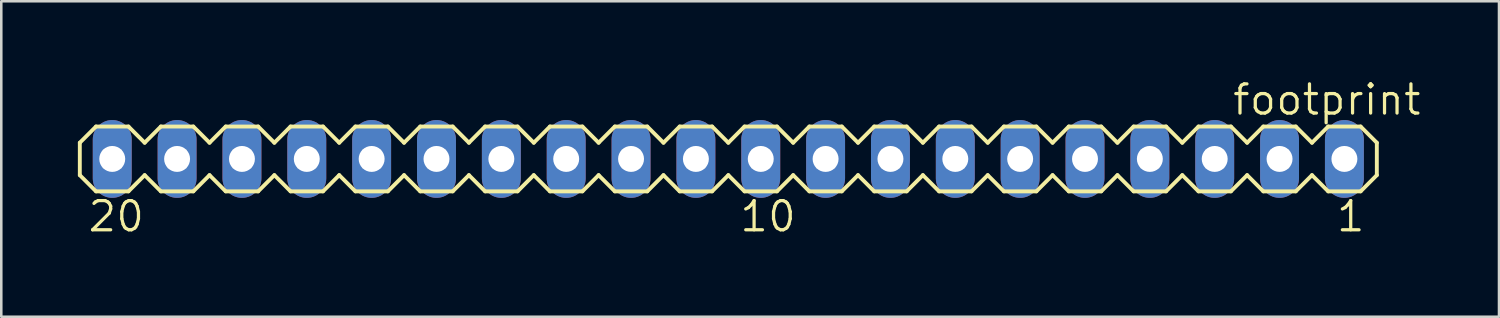
<source format=kicad_pcb>
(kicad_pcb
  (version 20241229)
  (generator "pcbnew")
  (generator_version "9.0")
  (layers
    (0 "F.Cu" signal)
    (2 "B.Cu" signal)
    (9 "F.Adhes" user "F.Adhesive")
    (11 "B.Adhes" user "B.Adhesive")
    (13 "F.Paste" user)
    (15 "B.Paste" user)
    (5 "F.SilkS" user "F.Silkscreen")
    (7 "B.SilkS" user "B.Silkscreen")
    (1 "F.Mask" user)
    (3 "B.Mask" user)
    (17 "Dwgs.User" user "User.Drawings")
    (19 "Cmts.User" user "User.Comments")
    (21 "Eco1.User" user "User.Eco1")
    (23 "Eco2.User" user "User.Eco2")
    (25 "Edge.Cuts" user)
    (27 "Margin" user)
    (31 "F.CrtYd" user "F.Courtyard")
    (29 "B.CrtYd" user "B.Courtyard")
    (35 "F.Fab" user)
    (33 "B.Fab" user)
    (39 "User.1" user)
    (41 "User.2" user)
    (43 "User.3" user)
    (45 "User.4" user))
  (footprint "footprint"
    (layer "F.Cu")
    (at 25.476 3.175)
    (property "Reference" "footprint" (at 19.685 -1.651 0) (layer "F.SilkS") (effects (font (size 1.143 1.143) (thickness 0.127)) (justify left bottom)))
    (fp_line (start -25.4 -0.635) (end -24.765 -1.27) (stroke (width 0.152) (type solid)) (layer "F.SilkS"))
    (fp_line (start -25.4 0.635) (end -25.4 -0.635) (stroke (width 0.152) (type solid)) (layer "F.SilkS"))
    (fp_line (start -24.765 -1.27) (end -23.495 -1.27) (stroke (width 0.152) (type solid)) (layer "F.SilkS"))
    (fp_line (start -24.765 1.27) (end -25.4 0.635) (stroke (width 0.152) (type solid)) (layer "F.SilkS"))
    (fp_line (start -23.495 -1.27) (end -22.86 -0.635) (stroke (width 0.152) (type solid)) (layer "F.SilkS"))
    (fp_line (start -23.495 1.27) (end -24.765 1.27) (stroke (width 0.152) (type solid)) (layer "F.SilkS"))
    (fp_line (start -22.86 -0.635) (end -22.225 -1.27) (stroke (width 0.152) (type solid)) (layer "F.SilkS"))
    (fp_line (start -22.86 0.635) (end -23.495 1.27) (stroke (width 0.152) (type solid)) (layer "F.SilkS"))
    (fp_line (start -22.225 -1.27) (end -20.955 -1.27) (stroke (width 0.152) (type solid)) (layer "F.SilkS"))
    (fp_line (start -22.225 1.27) (end -22.86 0.635) (stroke (width 0.152) (type solid)) (layer "F.SilkS"))
    (fp_line (start -20.955 1.27) (end -22.225 1.27) (stroke (width 0.152) (type solid)) (layer "F.SilkS"))
    (fp_line (start -20.955 1.27) (end -20.32 0.635) (stroke (width 0.152) (type solid)) (layer "F.SilkS"))
    (fp_line (start -20.32 -0.635) (end -20.955 -1.27) (stroke (width 0.152) (type solid)) (layer "F.SilkS"))
    (fp_line (start -20.32 -0.635) (end -19.685 -1.27) (stroke (width 0.152) (type solid)) (layer "F.SilkS"))
    (fp_line (start -19.685 -1.27) (end -18.415 -1.27) (stroke (width 0.152) (type solid)) (layer "F.SilkS"))
    (fp_line (start -19.685 1.27) (end -20.32 0.635) (stroke (width 0.152) (type solid)) (layer "F.SilkS"))
    (fp_line (start -18.415 -1.27) (end -17.78 -0.635) (stroke (width 0.152) (type solid)) (layer "F.SilkS"))
    (fp_line (start -18.415 1.27) (end -19.685 1.27) (stroke (width 0.152) (type solid)) (layer "F.SilkS"))
    (fp_line (start -17.78 -0.635) (end -17.145 -1.27) (stroke (width 0.152) (type solid)) (layer "F.SilkS"))
    (fp_line (start -17.78 0.635) (end -18.415 1.27) (stroke (width 0.152) (type solid)) (layer "F.SilkS"))
    (fp_line (start -17.145 -1.27) (end -15.875 -1.27) (stroke (width 0.152) (type solid)) (layer "F.SilkS"))
    (fp_line (start -17.145 1.27) (end -17.78 0.635) (stroke (width 0.152) (type solid)) (layer "F.SilkS"))
    (fp_line (start -15.875 -1.27) (end -15.24 -0.635) (stroke (width 0.152) (type solid)) (layer "F.SilkS"))
    (fp_line (start -15.875 1.27) (end -17.145 1.27) (stroke (width 0.152) (type solid)) (layer "F.SilkS"))
    (fp_line (start -15.24 -0.635) (end -14.605 -1.27) (stroke (width 0.152) (type solid)) (layer "F.SilkS"))
    (fp_line (start -15.24 0.635) (end -15.875 1.27) (stroke (width 0.152) (type solid)) (layer "F.SilkS"))
    (fp_line (start -14.605 -1.27) (end -13.335 -1.27) (stroke (width 0.152) (type solid)) (layer "F.SilkS"))
    (fp_line (start -14.605 1.27) (end -15.24 0.635) (stroke (width 0.152) (type solid)) (layer "F.SilkS"))
    (fp_line (start -13.335 1.27) (end -14.605 1.27) (stroke (width 0.152) (type solid)) (layer "F.SilkS"))
    (fp_line (start -13.335 1.27) (end -12.7 0.635) (stroke (width 0.152) (type solid)) (layer "F.SilkS"))
    (fp_line (start -12.7 -0.635) (end -13.335 -1.27) (stroke (width 0.152) (type solid)) (layer "F.SilkS"))
    (fp_line (start -12.7 -0.635) (end -12.065 -1.27) (stroke (width 0.152) (type solid)) (layer "F.SilkS"))
    (fp_line (start -12.065 -1.27) (end -10.795 -1.27) (stroke (width 0.152) (type solid)) (layer "F.SilkS"))
    (fp_line (start -12.065 1.27) (end -12.7 0.635) (stroke (width 0.152) (type solid)) (layer "F.SilkS"))
    (fp_line (start -10.795 -1.27) (end -10.16 -0.635) (stroke (width 0.152) (type solid)) (layer "F.SilkS"))
    (fp_line (start -10.795 1.27) (end -12.065 1.27) (stroke (width 0.152) (type solid)) (layer "F.SilkS"))
    (fp_line (start -10.16 -0.635) (end -9.525 -1.27) (stroke (width 0.152) (type solid)) (layer "F.SilkS"))
    (fp_line (start -10.16 0.635) (end -10.795 1.27) (stroke (width 0.152) (type solid)) (layer "F.SilkS"))
    (fp_line (start -9.525 -1.27) (end -8.255 -1.27) (stroke (width 0.152) (type solid)) (layer "F.SilkS"))
    (fp_line (start -9.525 1.27) (end -10.16 0.635) (stroke (width 0.152) (type solid)) (layer "F.SilkS"))
    (fp_line (start -8.255 1.27) (end -9.525 1.27) (stroke (width 0.152) (type solid)) (layer "F.SilkS"))
    (fp_line (start -8.255 1.27) (end -7.62 0.635) (stroke (width 0.152) (type solid)) (layer "F.SilkS"))
    (fp_line (start -7.62 -0.635) (end -8.255 -1.27) (stroke (width 0.152) (type solid)) (layer "F.SilkS"))
    (fp_line (start -7.62 -0.635) (end -6.985 -1.27) (stroke (width 0.152) (type solid)) (layer "F.SilkS"))
    (fp_line (start -6.985 -1.27) (end -5.715 -1.27) (stroke (width 0.152) (type solid)) (layer "F.SilkS"))
    (fp_line (start -6.985 1.27) (end -7.62 0.635) (stroke (width 0.152) (type solid)) (layer "F.SilkS"))
    (fp_line (start -5.715 -1.27) (end -5.08 -0.635) (stroke (width 0.152) (type solid)) (layer "F.SilkS"))
    (fp_line (start -5.715 1.27) (end -6.985 1.27) (stroke (width 0.152) (type solid)) (layer "F.SilkS"))
    (fp_line (start -5.08 -0.635) (end -4.445 -1.27) (stroke (width 0.152) (type solid)) (layer "F.SilkS"))
    (fp_line (start -5.08 0.635) (end -5.715 1.27) (stroke (width 0.152) (type solid)) (layer "F.SilkS"))
    (fp_line (start -4.445 -1.27) (end -3.175 -1.27) (stroke (width 0.152) (type solid)) (layer "F.SilkS"))
    (fp_line (start -4.445 1.27) (end -5.08 0.635) (stroke (width 0.152) (type solid)) (layer "F.SilkS"))
    (fp_line (start -3.175 -1.27) (end -2.54 -0.635) (stroke (width 0.152) (type solid)) (layer "F.SilkS"))
    (fp_line (start -3.175 1.27) (end -4.445 1.27) (stroke (width 0.152) (type solid)) (layer "F.SilkS"))
    (fp_line (start -2.54 -0.635) (end -1.905 -1.27) (stroke (width 0.152) (type solid)) (layer "F.SilkS"))
    (fp_line (start -2.54 0.635) (end -3.175 1.27) (stroke (width 0.152) (type solid)) (layer "F.SilkS"))
    (fp_line (start -1.905 -1.27) (end -0.635 -1.27) (stroke (width 0.152) (type solid)) (layer "F.SilkS"))
    (fp_line (start -1.905 1.27) (end -2.54 0.635) (stroke (width 0.152) (type solid)) (layer "F.SilkS"))
    (fp_line (start -0.635 1.27) (end -1.905 1.27) (stroke (width 0.152) (type solid)) (layer "F.SilkS"))
    (fp_line (start -0.635 1.27) (end 0 0.635) (stroke (width 0.152) (type solid)) (layer "F.SilkS"))
    (fp_line (start 0 -0.635) (end -0.635 -1.27) (stroke (width 0.152) (type solid)) (layer "F.SilkS"))
    (fp_line (start 0 -0.635) (end 0.635 -1.27) (stroke (width 0.152) (type solid)) (layer "F.SilkS"))
    (fp_line (start 0.635 -1.27) (end 1.905 -1.27) (stroke (width 0.152) (type solid)) (layer "F.SilkS"))
    (fp_line (start 0.635 1.27) (end 0 0.635) (stroke (width 0.152) (type solid)) (layer "F.SilkS"))
    (fp_line (start 1.905 -1.27) (end 2.54 -0.635) (stroke (width 0.152) (type solid)) (layer "F.SilkS"))
    (fp_line (start 1.905 1.27) (end 0.635 1.27) (stroke (width 0.152) (type solid)) (layer "F.SilkS"))
    (fp_line (start 2.54 -0.635) (end 3.175 -1.27) (stroke (width 0.152) (type solid)) (layer "F.SilkS"))
    (fp_line (start 2.54 0.635) (end 1.905 1.27) (stroke (width 0.152) (type solid)) (layer "F.SilkS"))
    (fp_line (start 3.175 -1.27) (end 4.445 -1.27) (stroke (width 0.152) (type solid)) (layer "F.SilkS"))
    (fp_line (start 3.175 1.27) (end 2.54 0.635) (stroke (width 0.152) (type solid)) (layer "F.SilkS"))
    (fp_line (start 4.445 1.27) (end 3.175 1.27) (stroke (width 0.152) (type solid)) (layer "F.SilkS"))
    (fp_line (start 4.445 1.27) (end 5.08 0.635) (stroke (width 0.152) (type solid)) (layer "F.SilkS"))
    (fp_line (start 5.08 -0.635) (end 4.445 -1.27) (stroke (width 0.152) (type solid)) (layer "F.SilkS"))
    (fp_line (start 5.08 -0.635) (end 5.715 -1.27) (stroke (width 0.152) (type solid)) (layer "F.SilkS"))
    (fp_line (start 5.715 -1.27) (end 6.985 -1.27) (stroke (width 0.152) (type solid)) (layer "F.SilkS"))
    (fp_line (start 5.715 1.27) (end 5.08 0.635) (stroke (width 0.152) (type solid)) (layer "F.SilkS"))
    (fp_line (start 6.985 -1.27) (end 7.62 -0.635) (stroke (width 0.152) (type solid)) (layer "F.SilkS"))
    (fp_line (start 6.985 1.27) (end 5.715 1.27) (stroke (width 0.152) (type solid)) (layer "F.SilkS"))
    (fp_line (start 7.62 -0.635) (end 8.255 -1.27) (stroke (width 0.152) (type solid)) (layer "F.SilkS"))
    (fp_line (start 7.62 0.635) (end 6.985 1.27) (stroke (width 0.152) (type solid)) (layer "F.SilkS"))
    (fp_line (start 8.255 -1.27) (end 9.525 -1.27) (stroke (width 0.152) (type solid)) (layer "F.SilkS"))
    (fp_line (start 8.255 1.27) (end 7.62 0.635) (stroke (width 0.152) (type solid)) (layer "F.SilkS"))
    (fp_line (start 9.525 -1.27) (end 10.16 -0.635) (stroke (width 0.152) (type solid)) (layer "F.SilkS"))
    (fp_line (start 9.525 1.27) (end 8.255 1.27) (stroke (width 0.152) (type solid)) (layer "F.SilkS"))
    (fp_line (start 10.16 -0.635) (end 10.795 -1.27) (stroke (width 0.152) (type solid)) (layer "F.SilkS"))
    (fp_line (start 10.16 0.635) (end 9.525 1.27) (stroke (width 0.152) (type solid)) (layer "F.SilkS"))
    (fp_line (start 10.795 -1.27) (end 12.065 -1.27) (stroke (width 0.152) (type solid)) (layer "F.SilkS"))
    (fp_line (start 10.795 1.27) (end 10.16 0.635) (stroke (width 0.152) (type solid)) (layer "F.SilkS"))
    (fp_line (start 12.065 1.27) (end 10.795 1.27) (stroke (width 0.152) (type solid)) (layer "F.SilkS"))
    (fp_line (start 12.065 1.27) (end 12.7 0.635) (stroke (width 0.152) (type solid)) (layer "F.SilkS"))
    (fp_line (start 12.7 -0.635) (end 12.065 -1.27) (stroke (width 0.152) (type solid)) (layer "F.SilkS"))
    (fp_line (start 12.7 -0.635) (end 13.335 -1.27) (stroke (width 0.152) (type solid)) (layer "F.SilkS"))
    (fp_line (start 13.335 -1.27) (end 14.605 -1.27) (stroke (width 0.152) (type solid)) (layer "F.SilkS"))
    (fp_line (start 13.335 1.27) (end 12.7 0.635) (stroke (width 0.152) (type solid)) (layer "F.SilkS"))
    (fp_line (start 14.605 -1.27) (end 15.24 -0.635) (stroke (width 0.152) (type solid)) (layer "F.SilkS"))
    (fp_line (start 14.605 1.27) (end 13.335 1.27) (stroke (width 0.152) (type solid)) (layer "F.SilkS"))
    (fp_line (start 15.24 -0.635) (end 15.875 -1.27) (stroke (width 0.152) (type solid)) (layer "F.SilkS"))
    (fp_line (start 15.24 0.635) (end 14.605 1.27) (stroke (width 0.152) (type solid)) (layer "F.SilkS"))
    (fp_line (start 15.875 -1.27) (end 17.145 -1.27) (stroke (width 0.152) (type solid)) (layer "F.SilkS"))
    (fp_line (start 15.875 1.27) (end 15.24 0.635) (stroke (width 0.152) (type solid)) (layer "F.SilkS"))
    (fp_line (start 17.145 1.27) (end 15.875 1.27) (stroke (width 0.152) (type solid)) (layer "F.SilkS"))
    (fp_line (start 17.145 1.27) (end 17.78 0.635) (stroke (width 0.152) (type solid)) (layer "F.SilkS"))
    (fp_line (start 17.78 -0.635) (end 17.145 -1.27) (stroke (width 0.152) (type solid)) (layer "F.SilkS"))
    (fp_line (start 17.78 -0.635) (end 18.415 -1.27) (stroke (width 0.152) (type solid)) (layer "F.SilkS"))
    (fp_line (start 18.415 -1.27) (end 19.685 -1.27) (stroke (width 0.152) (type solid)) (layer "F.SilkS"))
    (fp_line (start 18.415 1.27) (end 17.78 0.635) (stroke (width 0.152) (type solid)) (layer "F.SilkS"))
    (fp_line (start 19.685 -1.27) (end 20.32 -0.635) (stroke (width 0.152) (type solid)) (layer "F.SilkS"))
    (fp_line (start 19.685 1.27) (end 18.415 1.27) (stroke (width 0.152) (type solid)) (layer "F.SilkS"))
    (fp_line (start 20.32 -0.635) (end 20.955 -1.27) (stroke (width 0.152) (type solid)) (layer "F.SilkS"))
    (fp_line (start 20.32 0.635) (end 19.685 1.27) (stroke (width 0.152) (type solid)) (layer "F.SilkS"))
    (fp_line (start 20.955 -1.27) (end 22.225 -1.27) (stroke (width 0.152) (type solid)) (layer "F.SilkS"))
    (fp_line (start 20.955 1.27) (end 20.32 0.635) (stroke (width 0.152) (type solid)) (layer "F.SilkS"))
    (fp_line (start 22.225 -1.27) (end 22.86 -0.635) (stroke (width 0.152) (type solid)) (layer "F.SilkS"))
    (fp_line (start 22.225 1.27) (end 20.955 1.27) (stroke (width 0.152) (type solid)) (layer "F.SilkS"))
    (fp_line (start 22.86 -0.635) (end 23.495 -1.27) (stroke (width 0.152) (type solid)) (layer "F.SilkS"))
    (fp_line (start 22.86 0.635) (end 22.225 1.27) (stroke (width 0.152) (type solid)) (layer "F.SilkS"))
    (fp_line (start 23.495 -1.27) (end 24.765 -1.27) (stroke (width 0.152) (type solid)) (layer "F.SilkS"))
    (fp_line (start 23.495 1.27) (end 22.86 0.635) (stroke (width 0.152) (type solid)) (layer "F.SilkS"))
    (fp_line (start 24.765 1.27) (end 23.495 1.27) (stroke (width 0.152) (type solid)) (layer "F.SilkS"))
    (fp_line (start 24.765 1.27) (end 25.4 0.635) (stroke (width 0.152) (type solid)) (layer "F.SilkS"))
    (fp_line (start 25.4 -0.635) (end 24.765 -1.27) (stroke (width 0.152) (type solid)) (layer "F.SilkS"))
    (fp_line (start 25.4 0.635) (end 25.4 -0.635) (stroke (width 0.152) (type solid)) (layer "F.SilkS"))
    (fp_poly (pts (xy -24.46 0.33) (xy -23.8 0.33) (xy -23.8 -0.33) (xy -24.46 -0.33)) (stroke (width 0.1) (type solid)) (fill no) (layer "F.Fab"))
    (fp_poly (pts (xy -21.92 0.33) (xy -21.26 0.33) (xy -21.26 -0.33) (xy -21.92 -0.33)) (stroke (width 0.1) (type solid)) (fill no) (layer "F.Fab"))
    (fp_poly (pts (xy -19.38 0.33) (xy -18.72 0.33) (xy -18.72 -0.33) (xy -19.38 -0.33)) (stroke (width 0.1) (type solid)) (fill no) (layer "F.Fab"))
    (fp_poly (pts (xy -16.84 0.33) (xy -16.18 0.33) (xy -16.18 -0.33) (xy -16.84 -0.33)) (stroke (width 0.1) (type solid)) (fill no) (layer "F.Fab"))
    (fp_poly (pts (xy -14.3 0.33) (xy -13.64 0.33) (xy -13.64 -0.33) (xy -14.3 -0.33)) (stroke (width 0.1) (type solid)) (fill no) (layer "F.Fab"))
    (fp_poly (pts (xy -11.76 0.33) (xy -11.1 0.33) (xy -11.1 -0.33) (xy -11.76 -0.33)) (stroke (width 0.1) (type solid)) (fill no) (layer "F.Fab"))
    (fp_poly (pts (xy -9.22 0.33) (xy -8.56 0.33) (xy -8.56 -0.33) (xy -9.22 -0.33)) (stroke (width 0.1) (type solid)) (fill no) (layer "F.Fab"))
    (fp_poly (pts (xy -6.68 0.33) (xy -6.02 0.33) (xy -6.02 -0.33) (xy -6.68 -0.33)) (stroke (width 0.1) (type solid)) (fill no) (layer "F.Fab"))
    (fp_poly (pts (xy -4.14 0.33) (xy -3.48 0.33) (xy -3.48 -0.33) (xy -4.14 -0.33)) (stroke (width 0.1) (type solid)) (fill no) (layer "F.Fab"))
    (fp_poly (pts (xy -1.6 0.33) (xy -0.94 0.33) (xy -0.94 -0.33) (xy -1.6 -0.33)) (stroke (width 0.1) (type solid)) (fill no) (layer "F.Fab"))
    (fp_poly (pts (xy 0.94 0.33) (xy 1.6 0.33) (xy 1.6 -0.33) (xy 0.94 -0.33)) (stroke (width 0.1) (type solid)) (fill no) (layer "F.Fab"))
    (fp_poly (pts (xy 3.48 0.33) (xy 4.14 0.33) (xy 4.14 -0.33) (xy 3.48 -0.33)) (stroke (width 0.1) (type solid)) (fill no) (layer "F.Fab"))
    (fp_poly (pts (xy 6.02 0.33) (xy 6.68 0.33) (xy 6.68 -0.33) (xy 6.02 -0.33)) (stroke (width 0.1) (type solid)) (fill no) (layer "F.Fab"))
    (fp_poly (pts (xy 8.56 0.33) (xy 9.22 0.33) (xy 9.22 -0.33) (xy 8.56 -0.33)) (stroke (width 0.1) (type solid)) (fill no) (layer "F.Fab"))
    (fp_poly (pts (xy 11.1 0.33) (xy 11.76 0.33) (xy 11.76 -0.33) (xy 11.1 -0.33)) (stroke (width 0.1) (type solid)) (fill no) (layer "F.Fab"))
    (fp_poly (pts (xy 13.64 0.33) (xy 14.3 0.33) (xy 14.3 -0.33) (xy 13.64 -0.33)) (stroke (width 0.1) (type solid)) (fill no) (layer "F.Fab"))
    (fp_poly (pts (xy 16.18 0.33) (xy 16.84 0.33) (xy 16.84 -0.33) (xy 16.18 -0.33)) (stroke (width 0.1) (type solid)) (fill no) (layer "F.Fab"))
    (fp_poly (pts (xy 18.72 0.33) (xy 19.38 0.33) (xy 19.38 -0.33) (xy 18.72 -0.33)) (stroke (width 0.1) (type solid)) (fill no) (layer "F.Fab"))
    (fp_poly (pts (xy 21.26 0.33) (xy 21.92 0.33) (xy 21.92 -0.33) (xy 21.26 -0.33)) (stroke (width 0.1) (type solid)) (fill no) (layer "F.Fab"))
    (fp_poly (pts (xy 23.8 0.33) (xy 24.46 0.33) (xy 24.46 -0.33) (xy 23.8 -0.33)) (stroke (width 0.1) (type solid)) (fill no) (layer "F.Fab"))
    (fp_text user "1" (at 23.749 2.921 0) (layer "F.SilkS") (effects (font (size 1.143 1.143) (thickness 0.127)) (justify left bottom)))
    (fp_text user "10" (at 0.381 2.921 0) (layer "F.SilkS") (effects (font (size 1.143 1.143) (thickness 0.127)) (justify left bottom)))
    (fp_text user "20" (at -25.146 2.921 0) (layer "F.SilkS") (effects (font (size 1.143 1.143) (thickness 0.127)) (justify left bottom)))
    (pad "1" thru_hole oval (at 24.13 0 90) (size 3.048 1.524) (drill 1.016) (layers "*.Cu" "*.Mask"))
    (pad "2" thru_hole oval (at 21.59 0 90) (size 3.048 1.524) (drill 1.016) (layers "*.Cu" "*.Mask"))
    (pad "3" thru_hole oval (at 19.05 0 90) (size 3.048 1.524) (drill 1.016) (layers "*.Cu" "*.Mask"))
    (pad "4" thru_hole oval (at 16.51 0 90) (size 3.048 1.524) (drill 1.016) (layers "*.Cu" "*.Mask"))
    (pad "5" thru_hole oval (at 13.97 0 90) (size 3.048 1.524) (drill 1.016) (layers "*.Cu" "*.Mask"))
    (pad "6" thru_hole oval (at 11.43 0 90) (size 3.048 1.524) (drill 1.016) (layers "*.Cu" "*.Mask"))
    (pad "7" thru_hole oval (at 8.89 0 90) (size 3.048 1.524) (drill 1.016) (layers "*.Cu" "*.Mask"))
    (pad "8" thru_hole oval (at 6.35 0 90) (size 3.048 1.524) (drill 1.016) (layers "*.Cu" "*.Mask"))
    (pad "9" thru_hole oval (at 3.81 0 90) (size 3.048 1.524) (drill 1.016) (layers "*.Cu" "*.Mask"))
    (pad "10" thru_hole oval (at 1.27 0 90) (size 3.048 1.524) (drill 1.016) (layers "*.Cu" "*.Mask"))
    (pad "11" thru_hole oval (at -1.27 0 90) (size 3.048 1.524) (drill 1.016) (layers "*.Cu" "*.Mask"))
    (pad "12" thru_hole oval (at -3.81 0 90) (size 3.048 1.524) (drill 1.016) (layers "*.Cu" "*.Mask"))
    (pad "13" thru_hole oval (at -6.35 0 90) (size 3.048 1.524) (drill 1.016) (layers "*.Cu" "*.Mask"))
    (pad "14" thru_hole oval (at -8.89 0 90) (size 3.048 1.524) (drill 1.016) (layers "*.Cu" "*.Mask"))
    (pad "15" thru_hole oval (at -11.43 0 90) (size 3.048 1.524) (drill 1.016) (layers "*.Cu" "*.Mask"))
    (pad "16" thru_hole oval (at -13.97 0 90) (size 3.048 1.524) (drill 1.016) (layers "*.Cu" "*.Mask"))
    (pad "17" thru_hole oval (at -16.51 0 90) (size 3.048 1.524) (drill 1.016) (layers "*.Cu" "*.Mask"))
    (pad "18" thru_hole oval (at -19.05 0 90) (size 3.048 1.524) (drill 1.016) (layers "*.Cu" "*.Mask"))
    (pad "19" thru_hole oval (at -21.59 0 90) (size 3.048 1.524) (drill 1.016) (layers "*.Cu" "*.Mask"))
    (pad "20" thru_hole oval (at -24.13 0 90) (size 3.048 1.524) (drill 1.016) (layers "*.Cu" "*.Mask")))
  (gr_rect
    (start -3 -3)
    (end 55.661 9.355)
    (stroke (width 0.1) (type default))
    (fill no)
    (layer "Edge.Cuts")))
</source>
